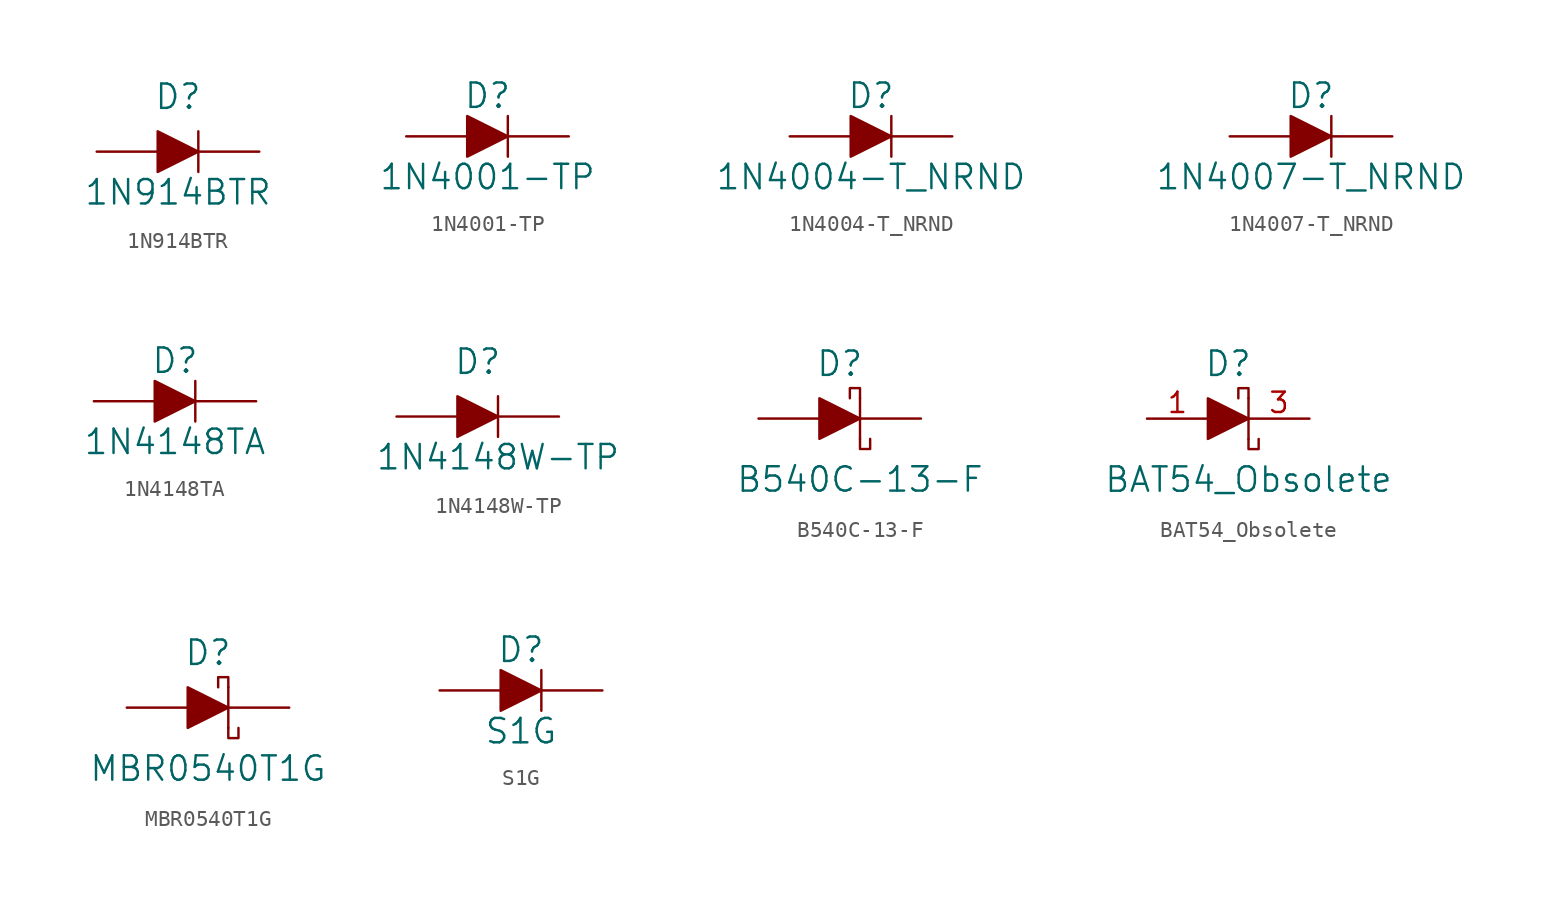
<source format=kicad_sym>
(kicad_symbol_lib
  (version 20211014)
  (generator kicad_symbol_editor)
  (symbol "1N914BTR"
    (pin_numbers hide)
    (pin_names
      (offset 0) hide)
    (property "Reference" "D"
      (at 0 2.54 0)
      (effects (font (size 1.524 1.524)) (justify bottom)))
    (property "Value" "1N914BTR"
      (at 0 -2.54 0)
      (effects (font (size 1.524 1.524))))
    (symbol "1N914BTR_0_1"
      (polyline (pts (xy 1.27 1.27) (xy 1.27 -1.27)) (stroke (width 0) (type default) (color 0 0 0 0)) (fill (type none)))
      (polyline (pts (xy -1.27 1.27) (xy -1.27 -1.27) (xy 1.27 0) (xy -1.27 1.27)) (stroke (width 0) (type default) (color 0 0 0 0)) (fill (type outline))))
    (symbol "1N914BTR_1_1"
      (pin passive line (at -5.08 0 0) (length 3.81) (name "~" (effects (font (size 1.27 1.27)))) (number "A" (effects (font (size 1.27 1.27)))))
      (pin passive line (at 5.08 0 180) (length 3.81) (name "~" (effects (font (size 1.27 1.27)))) (number "K" (effects (font (size 1.27 1.27)))))))
  (symbol "1N4001-TP"
    (pin_numbers hide)
    (pin_names
      (offset 0) hide)
    (property "Reference" "D"
      (at 0 2.54 0)
      (effects (font (size 1.524 1.524))))
    (property "Value" "1N4001-TP"
      (at 0 -2.54 0)
      (effects (font (size 1.524 1.524))))
    (symbol "1N4001-TP_0_1"
      (polyline (pts (xy 1.27 1.27) (xy 1.27 -1.27)) (stroke (width 0) (type default) (color 0 0 0 0)) (fill (type none)))
      (polyline (pts (xy -1.27 1.27) (xy -1.27 -1.27) (xy 1.27 0) (xy -1.27 1.27)) (stroke (width 0) (type default) (color 0 0 0 0)) (fill (type outline))))
    (symbol "1N4001-TP_1_1"
      (pin passive line (at -5.08 0 0) (length 3.81) (name "~" (effects (font (size 1.27 1.27)))) (number "A" (effects (font (size 1.27 1.27)))))
      (pin passive line (at 5.08 0 180) (length 3.81) (name "~" (effects (font (size 1.27 1.27)))) (number "K" (effects (font (size 1.27 1.27)))))))
  (symbol "1N4004-T_NRND"
    (pin_numbers hide)
    (pin_names
      (offset 0) hide)
    (property "Reference" "D"
      (at 0 2.54 0)
      (effects (font (size 1.524 1.524))))
    (property "Value" "1N4004-T_NRND"
      (at 0 -2.54 0)
      (effects (font (size 1.524 1.524))))
    (symbol "1N4004-T_NRND_0_1"
      (polyline (pts (xy 1.27 1.27) (xy 1.27 -1.27)) (stroke (width 0) (type default) (color 0 0 0 0)) (fill (type none)))
      (polyline (pts (xy -1.27 1.27) (xy -1.27 -1.27) (xy 1.27 0) (xy -1.27 1.27)) (stroke (width 0) (type default) (color 0 0 0 0)) (fill (type outline))))
    (symbol "1N4004-T_NRND_1_1"
      (pin passive line (at -5.08 0 0) (length 3.81) (name "~" (effects (font (size 1.27 1.27)))) (number "A" (effects (font (size 1.27 1.27)))))
      (pin passive line (at 5.08 0 180) (length 3.81) (name "~" (effects (font (size 1.27 1.27)))) (number "K" (effects (font (size 1.27 1.27)))))))
  (symbol "1N4007-T_NRND"
    (pin_numbers hide)
    (pin_names
      (offset 0) hide)
    (property "Reference" "D"
      (at 0 2.54 0)
      (effects (font (size 1.524 1.524))))
    (property "Value" "1N4007-T_NRND"
      (at 0 -2.54 0)
      (effects (font (size 1.524 1.524))))
    (symbol "1N4007-T_NRND_0_1"
      (polyline (pts (xy 1.27 1.27) (xy 1.27 -1.27)) (stroke (width 0) (type default) (color 0 0 0 0)) (fill (type none)))
      (polyline (pts (xy -1.27 1.27) (xy -1.27 -1.27) (xy 1.27 0) (xy -1.27 1.27)) (stroke (width 0) (type default) (color 0 0 0 0)) (fill (type outline))))
    (symbol "1N4007-T_NRND_1_1"
      (pin passive line (at -5.08 0 0) (length 3.81) (name "~" (effects (font (size 1.27 1.27)))) (number "A" (effects (font (size 1.27 1.27)))))
      (pin passive line (at 5.08 0 180) (length 3.81) (name "~" (effects (font (size 1.27 1.27)))) (number "K" (effects (font (size 1.27 1.27)))))))
  (symbol "1N4148TA"
    (pin_numbers hide)
    (pin_names
      (offset 0) hide)
    (property "Reference" "D"
      (at 0 2.54 0)
      (effects (font (size 1.524 1.524))))
    (property "Value" "1N4148TA"
      (at 0 -2.54 0)
      (effects (font (size 1.524 1.524))))
    (symbol "1N4148TA_0_1"
      (polyline (pts (xy 1.27 1.27) (xy 1.27 -1.27)) (stroke (width 0) (type default) (color 0 0 0 0)) (fill (type none)))
      (polyline (pts (xy -1.27 1.27) (xy -1.27 -1.27) (xy 1.27 0) (xy -1.27 1.27)) (stroke (width 0) (type default) (color 0 0 0 0)) (fill (type outline))))
    (symbol "1N4148TA_1_1"
      (pin passive line (at -5.08 0 0) (length 3.81) (name "~" (effects (font (size 1.27 1.27)))) (number "A" (effects (font (size 1.27 1.27)))))
      (pin passive line (at 5.08 0 180) (length 3.81) (name "~" (effects (font (size 1.27 1.27)))) (number "K" (effects (font (size 1.27 1.27)))))))
  (symbol "1N4148W-TP"
    (pin_numbers hide)
    (pin_names
      (offset 0) hide)
    (property "Reference" "D"
      (at 0 2.54 0)
      (effects (font (size 1.524 1.524)) (justify bottom)))
    (property "Value" "1N4148W-TP"
      (at 1.27 -2.54 0)
      (effects (font (size 1.524 1.524))))
    (symbol "1N4148W-TP_0_1"
      (polyline (pts (xy 1.27 1.27) (xy 1.27 -1.27)) (stroke (width 0) (type default) (color 0 0 0 0)) (fill (type none)))
      (polyline (pts (xy -1.27 1.27) (xy -1.27 -1.27) (xy 1.27 0) (xy -1.27 1.27)) (stroke (width 0) (type default) (color 0 0 0 0)) (fill (type outline))))
    (symbol "1N4148W-TP_1_1"
      (pin passive line (at -5.08 0 0) (length 3.81) (name "~" (effects (font (size 1.27 1.27)))) (number "A" (effects (font (size 1.27 1.27)))))
      (pin passive line (at 5.08 0 180) (length 3.81) (name "~" (effects (font (size 1.27 1.27)))) (number "K" (effects (font (size 1.27 1.27)))))))
  (symbol "B540C-13-F"
    (pin_numbers hide)
    (pin_names
      (offset 0) hide)
    (property "Reference" "D"
      (at 0 2.54 0)
      (effects (font (size 1.524 1.524)) (justify bottom)))
    (property "Value" "B540C-13-F"
      (at 1.27 -3.81 0)
      (effects (font (size 1.524 1.524))))
    (symbol "B540C-13-F_0_1"
      (polyline (pts (xy 1.27 1.27) (xy 1.27 -1.27)) (stroke (width 0) (type default) (color 0 0 0 0)) (fill (type none)))
      (polyline (pts (xy -1.27 1.27) (xy -1.27 -1.27) (xy 1.27 0) (xy -1.27 1.27)) (stroke (width 0) (type default) (color 0 0 0 0)) (fill (type outline)))
      (polyline (pts (xy 1.27 -1.27) (xy 1.27 -1.905) (xy 1.905 -1.905) (xy 1.905 -1.27)) (stroke (width 0) (type default) (color 0 0 0 0)) (fill (type none)))
      (polyline (pts (xy 1.27 1.27) (xy 1.27 1.905) (xy 0.635 1.905) (xy 0.635 1.27)) (stroke (width 0) (type default) (color 0 0 0 0)) (fill (type none))))
    (symbol "B540C-13-F_1_1"
      (pin passive line (at -5.08 0 0) (length 3.81) (name "~" (effects (font (size 1.27 1.27)))) (number "A" (effects (font (size 1.27 1.27)))))
      (pin passive line (at 5.08 0 180) (length 3.81) (name "~" (effects (font (size 1.27 1.27)))) (number "K" (effects (font (size 1.27 1.27)))))))
  (symbol "BAT54_Obsolete"
    (pin_names
      (offset 0))
    (property "Reference" "D"
      (at 0 2.54 0)
      (effects (font (size 1.524 1.524)) (justify bottom)))
    (property "Value" "BAT54_Obsolete"
      (at 1.27 -3.81 0)
      (effects (font (size 1.524 1.524))))
    (symbol "BAT54_Obsolete_0_1"
      (polyline (pts (xy 1.27 1.27) (xy 1.27 -1.27)) (stroke (width 0) (type default) (color 0 0 0 0)) (fill (type none)))
      (polyline (pts (xy -1.27 1.27) (xy -1.27 -1.27) (xy 1.27 0) (xy -1.27 1.27)) (stroke (width 0) (type default) (color 0 0 0 0)) (fill (type outline)))
      (polyline (pts (xy 1.27 -1.27) (xy 1.27 -1.905) (xy 1.905 -1.905) (xy 1.905 -1.27)) (stroke (width 0) (type default) (color 0 0 0 0)) (fill (type none)))
      (polyline (pts (xy 1.27 1.27) (xy 1.27 1.905) (xy 0.635 1.905) (xy 0.635 1.27)) (stroke (width 0) (type default) (color 0 0 0 0)) (fill (type none))))
    (symbol "BAT54_Obsolete_1_1"
      (pin passive line (at -5.08 0 0) (length 3.81) (name "~" (effects (font (size 1.27 1.27)))) (number "1" (effects (font (size 1.27 1.27)))))
      (pin no_connect line (at 0 0 90) (length 0) hide (name "~" (effects (font (size 1.27 1.27)))) (number "2" (effects (font (size 0 0)))))
      (pin passive line (at 5.08 0 180) (length 3.81) (name "~" (effects (font (size 1.27 1.27)))) (number "3" (effects (font (size 1.27 1.27)))))))
  (symbol "MBR0540T1G"
    (pin_numbers hide)
    (pin_names
      (offset 0) hide)
    (property "Reference" "D"
      (at 0 2.54 0)
      (effects (font (size 1.524 1.524)) (justify bottom)))
    (property "Value" "MBR0540T1G"
      (at 0 -3.81 0)
      (effects (font (size 1.524 1.524))))
    (symbol "MBR0540T1G_0_1"
      (polyline (pts (xy 1.27 1.27) (xy 1.27 -1.27)) (stroke (width 0) (type default) (color 0 0 0 0)) (fill (type none)))
      (polyline (pts (xy -1.27 1.27) (xy -1.27 -1.27) (xy 1.27 0) (xy -1.27 1.27)) (stroke (width 0) (type default) (color 0 0 0 0)) (fill (type outline)))
      (polyline (pts (xy 1.27 -1.27) (xy 1.27 -1.905) (xy 1.905 -1.905) (xy 1.905 -1.27)) (stroke (width 0) (type default) (color 0 0 0 0)) (fill (type none)))
      (polyline (pts (xy 1.27 1.27) (xy 1.27 1.905) (xy 0.635 1.905) (xy 0.635 1.27)) (stroke (width 0) (type default) (color 0 0 0 0)) (fill (type none))))
    (symbol "MBR0540T1G_1_1"
      (pin passive line (at -5.08 0 0) (length 3.81) (name "~" (effects (font (size 1.27 1.27)))) (number "A" (effects (font (size 1.27 1.27)))))
      (pin passive line (at 5.08 0 180) (length 3.81) (name "~" (effects (font (size 1.27 1.27)))) (number "K" (effects (font (size 1.27 1.27)))))))
  (symbol "S1G"
    (pin_numbers hide)
    (pin_names
      (offset 0) hide)
    (property "Reference" "D"
      (at 0 2.54 0)
      (effects (font (size 1.524 1.524))))
    (property "Value" "S1G"
      (at 0 -2.54 0)
      (effects (font (size 1.524 1.524))))
    (symbol "S1G_0_1"
      (polyline (pts (xy 1.27 1.27) (xy 1.27 -1.27)) (stroke (width 0) (type default) (color 0 0 0 0)) (fill (type none)))
      (polyline (pts (xy -1.27 1.27) (xy -1.27 -1.27) (xy 1.27 0) (xy -1.27 1.27)) (stroke (width 0) (type default) (color 0 0 0 0)) (fill (type outline))))
    (symbol "S1G_1_1"
      (pin passive line (at -5.08 0 0) (length 3.81) (name "~" (effects (font (size 1.27 1.27)))) (number "A" (effects (font (size 1.27 1.27)))))
      (pin passive line (at 5.08 0 180) (length 3.81) (name "~" (effects (font (size 1.27 1.27)))) (number "K" (effects (font (size 1.27 1.27))))))))
</source>
